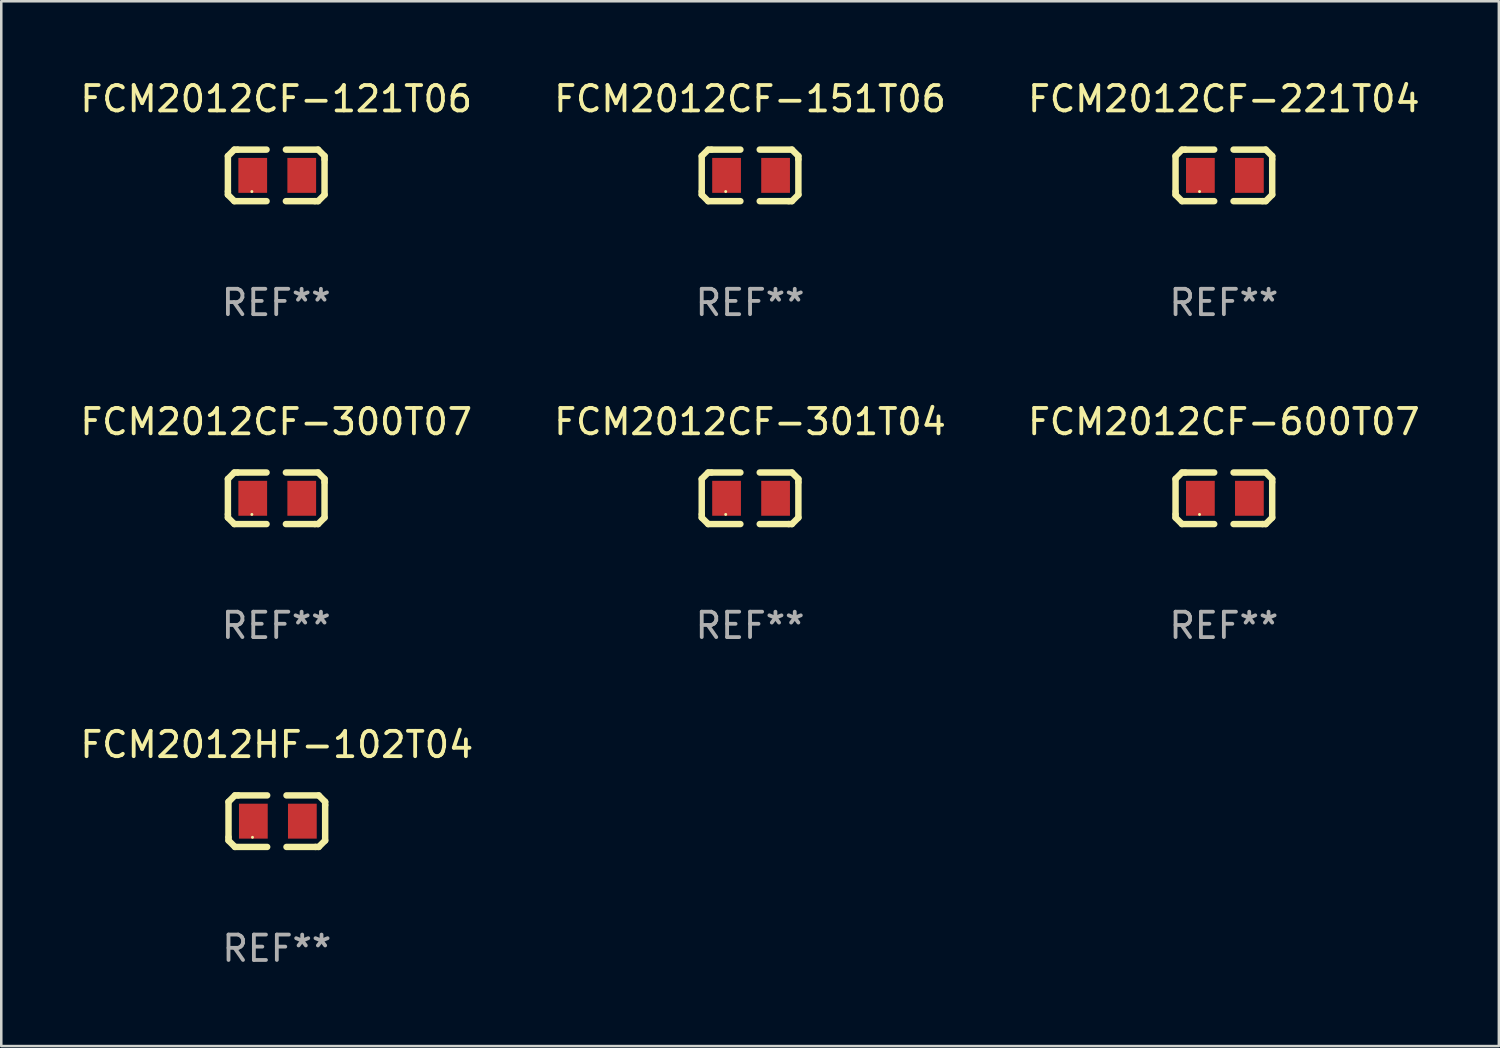
<source format=kicad_pcb>
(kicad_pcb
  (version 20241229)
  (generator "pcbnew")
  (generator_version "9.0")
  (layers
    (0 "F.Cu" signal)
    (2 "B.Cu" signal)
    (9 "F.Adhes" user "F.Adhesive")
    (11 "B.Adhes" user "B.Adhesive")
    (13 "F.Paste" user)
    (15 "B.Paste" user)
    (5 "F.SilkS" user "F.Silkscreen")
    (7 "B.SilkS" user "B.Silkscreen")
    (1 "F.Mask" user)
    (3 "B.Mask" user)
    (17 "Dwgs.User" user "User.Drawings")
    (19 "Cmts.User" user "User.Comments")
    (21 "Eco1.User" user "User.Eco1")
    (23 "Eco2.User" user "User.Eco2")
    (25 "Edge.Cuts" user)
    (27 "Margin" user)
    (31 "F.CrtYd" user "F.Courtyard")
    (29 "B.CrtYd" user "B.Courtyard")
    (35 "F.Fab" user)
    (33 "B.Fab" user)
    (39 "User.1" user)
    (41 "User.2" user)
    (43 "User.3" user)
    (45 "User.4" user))
  (footprint "FCM2012HF-102T04"
    (layer "F.Cu")
    (at 7.863 29.321)
    (property "Reference" "FCM2012HF-102T04" (at 0 -3.016 0) (layer "F.SilkS") (effects (font (size 1 1) (thickness 0.15))))
    (attr through_hole)
    (fp_line (start -1.905 -0.762) (end -1.905 0.635) (stroke (width 0.254) (type solid)) (layer "F.SilkS"))
    (fp_line (start -1.905 0.635) (end -1.905 0.762) (stroke (width 0.254) (type solid)) (layer "F.SilkS"))
    (fp_line (start -1.905 0.762) (end -1.651 1.016) (stroke (width 0.254) (type solid)) (layer "F.SilkS"))
    (fp_line (start -1.651 -1.016) (end -1.905 -0.762) (stroke (width 0.254) (type solid)) (layer "F.SilkS"))
    (fp_line (start -1.651 1.016) (end -0.381 1.016) (stroke (width 0.254) (type solid)) (layer "F.SilkS"))
    (fp_line (start -1.524 -1.016) (end -1.651 -1.016) (stroke (width 0.254) (type solid)) (layer "F.SilkS"))
    (fp_line (start -0.381 -1.016) (end -1.524 -1.016) (stroke (width 0.254) (type solid)) (layer "F.SilkS"))
    (fp_line (start 0.381 1.016) (end 1.524 1.016) (stroke (width 0.254) (type solid)) (layer "F.SilkS"))
    (fp_line (start 1.524 1.016) (end 1.651 1.016) (stroke (width 0.254) (type solid)) (layer "F.SilkS"))
    (fp_line (start 1.651 -1.016) (end 0.381 -1.016) (stroke (width 0.254) (type solid)) (layer "F.SilkS"))
    (fp_line (start 1.651 1.016) (end 1.905 0.762) (stroke (width 0.254) (type solid)) (layer "F.SilkS"))
    (fp_line (start 1.905 -0.762) (end 1.651 -1.016) (stroke (width 0.254) (type solid)) (layer "F.SilkS"))
    (fp_line (start 1.905 -0.635) (end 1.905 -0.762) (stroke (width 0.254) (type solid)) (layer "F.SilkS"))
    (fp_line (start 1.905 0.762) (end 1.905 -0.635) (stroke (width 0.254) (type solid)) (layer "F.SilkS"))
    (fp_circle (center -0.96 0.637) (end -0.93 0.637) (stroke (width 0.06) (type solid)) (fill no) (layer "F.SilkS"))
    (fp_text user "REF**" (at 0 5.016 0) (layer "F.Fab") (effects (font (size 1 1) (thickness 0.15))))
    (pad "1" smd rect (at -0.926 -0.000051) (size 1.133 1.377) (layers "F.Cu" "F.Mask" "F.Paste"))
    (pad "2" smd rect (at 1.006 -0.000051) (size 1.133 1.377) (layers "F.Cu" "F.Mask" "F.Paste")))
  (footprint "FCM2012CF-151T06"
    (layer "F.Cu")
    (at 26.518 3.864)
    (property "Reference" "FCM2012CF-151T06" (at 0 -3.016 0) (layer "F.SilkS") (effects (font (size 1 1) (thickness 0.15))))
    (attr through_hole)
    (fp_line (start -1.905 -0.762) (end -1.905 0.635) (stroke (width 0.254) (type solid)) (layer "F.SilkS"))
    (fp_line (start -1.905 0.635) (end -1.905 0.762) (stroke (width 0.254) (type solid)) (layer "F.SilkS"))
    (fp_line (start -1.905 0.762) (end -1.651 1.016) (stroke (width 0.254) (type solid)) (layer "F.SilkS"))
    (fp_line (start -1.651 -1.016) (end -1.905 -0.762) (stroke (width 0.254) (type solid)) (layer "F.SilkS"))
    (fp_line (start -1.651 1.016) (end -0.381 1.016) (stroke (width 0.254) (type solid)) (layer "F.SilkS"))
    (fp_line (start -1.524 -1.016) (end -1.651 -1.016) (stroke (width 0.254) (type solid)) (layer "F.SilkS"))
    (fp_line (start -0.381 -1.016) (end -1.524 -1.016) (stroke (width 0.254) (type solid)) (layer "F.SilkS"))
    (fp_line (start 0.381 1.016) (end 1.524 1.016) (stroke (width 0.254) (type solid)) (layer "F.SilkS"))
    (fp_line (start 1.524 1.016) (end 1.651 1.016) (stroke (width 0.254) (type solid)) (layer "F.SilkS"))
    (fp_line (start 1.651 -1.016) (end 0.381 -1.016) (stroke (width 0.254) (type solid)) (layer "F.SilkS"))
    (fp_line (start 1.651 1.016) (end 1.905 0.762) (stroke (width 0.254) (type solid)) (layer "F.SilkS"))
    (fp_line (start 1.905 -0.762) (end 1.651 -1.016) (stroke (width 0.254) (type solid)) (layer "F.SilkS"))
    (fp_line (start 1.905 -0.635) (end 1.905 -0.762) (stroke (width 0.254) (type solid)) (layer "F.SilkS"))
    (fp_line (start 1.905 0.762) (end 1.905 -0.635) (stroke (width 0.254) (type solid)) (layer "F.SilkS"))
    (fp_circle (center -0.96 0.637) (end -0.93 0.637) (stroke (width 0.06) (type solid)) (fill no) (layer "F.SilkS"))
    (fp_text user "REF**" (at 0 5.016 0) (layer "F.Fab") (effects (font (size 1 1) (thickness 0.15))))
    (pad "1" smd rect (at -0.926 -0.000051) (size 1.133 1.377) (layers "F.Cu" "F.Mask" "F.Paste"))
    (pad "2" smd rect (at 1.006 -0.000051) (size 1.133 1.377) (layers "F.Cu" "F.Mask" "F.Paste")))
  (footprint "FCM2012CF-600T07"
    (layer "F.Cu")
    (at 45.196 16.593)
    (property "Reference" "FCM2012CF-600T07" (at 0 -3.016 0) (layer "F.SilkS") (effects (font (size 1 1) (thickness 0.15))))
    (attr through_hole)
    (fp_line (start -1.905 -0.762) (end -1.905 0.635) (stroke (width 0.254) (type solid)) (layer "F.SilkS"))
    (fp_line (start -1.905 0.635) (end -1.905 0.762) (stroke (width 0.254) (type solid)) (layer "F.SilkS"))
    (fp_line (start -1.905 0.762) (end -1.651 1.016) (stroke (width 0.254) (type solid)) (layer "F.SilkS"))
    (fp_line (start -1.651 -1.016) (end -1.905 -0.762) (stroke (width 0.254) (type solid)) (layer "F.SilkS"))
    (fp_line (start -1.651 1.016) (end -0.381 1.016) (stroke (width 0.254) (type solid)) (layer "F.SilkS"))
    (fp_line (start -1.524 -1.016) (end -1.651 -1.016) (stroke (width 0.254) (type solid)) (layer "F.SilkS"))
    (fp_line (start -0.381 -1.016) (end -1.524 -1.016) (stroke (width 0.254) (type solid)) (layer "F.SilkS"))
    (fp_line (start 0.381 1.016) (end 1.524 1.016) (stroke (width 0.254) (type solid)) (layer "F.SilkS"))
    (fp_line (start 1.524 1.016) (end 1.651 1.016) (stroke (width 0.254) (type solid)) (layer "F.SilkS"))
    (fp_line (start 1.651 -1.016) (end 0.381 -1.016) (stroke (width 0.254) (type solid)) (layer "F.SilkS"))
    (fp_line (start 1.651 1.016) (end 1.905 0.762) (stroke (width 0.254) (type solid)) (layer "F.SilkS"))
    (fp_line (start 1.905 -0.762) (end 1.651 -1.016) (stroke (width 0.254) (type solid)) (layer "F.SilkS"))
    (fp_line (start 1.905 -0.635) (end 1.905 -0.762) (stroke (width 0.254) (type solid)) (layer "F.SilkS"))
    (fp_line (start 1.905 0.762) (end 1.905 -0.635) (stroke (width 0.254) (type solid)) (layer "F.SilkS"))
    (fp_circle (center -0.96 0.637) (end -0.93 0.637) (stroke (width 0.06) (type solid)) (fill no) (layer "F.SilkS"))
    (fp_text user "REF**" (at 0 5.016 0) (layer "F.Fab") (effects (font (size 1 1) (thickness 0.15))))
    (pad "1" smd rect (at -0.926 -0.000051) (size 1.133 1.377) (layers "F.Cu" "F.Mask" "F.Paste"))
    (pad "2" smd rect (at 1.006 -0.000051) (size 1.133 1.377) (layers "F.Cu" "F.Mask" "F.Paste")))
  (footprint "FCM2012CF-121T06"
    (layer "F.Cu")
    (at 7.839 3.864)
    (property "Reference" "FCM2012CF-121T06" (at 0 -3.016 0) (layer "F.SilkS") (effects (font (size 1 1) (thickness 0.15))))
    (attr through_hole)
    (fp_line (start -1.905 -0.762) (end -1.905 0.635) (stroke (width 0.254) (type solid)) (layer "F.SilkS"))
    (fp_line (start -1.905 0.635) (end -1.905 0.762) (stroke (width 0.254) (type solid)) (layer "F.SilkS"))
    (fp_line (start -1.905 0.762) (end -1.651 1.016) (stroke (width 0.254) (type solid)) (layer "F.SilkS"))
    (fp_line (start -1.651 -1.016) (end -1.905 -0.762) (stroke (width 0.254) (type solid)) (layer "F.SilkS"))
    (fp_line (start -1.651 1.016) (end -0.381 1.016) (stroke (width 0.254) (type solid)) (layer "F.SilkS"))
    (fp_line (start -1.524 -1.016) (end -1.651 -1.016) (stroke (width 0.254) (type solid)) (layer "F.SilkS"))
    (fp_line (start -0.381 -1.016) (end -1.524 -1.016) (stroke (width 0.254) (type solid)) (layer "F.SilkS"))
    (fp_line (start 0.381 1.016) (end 1.524 1.016) (stroke (width 0.254) (type solid)) (layer "F.SilkS"))
    (fp_line (start 1.524 1.016) (end 1.651 1.016) (stroke (width 0.254) (type solid)) (layer "F.SilkS"))
    (fp_line (start 1.651 -1.016) (end 0.381 -1.016) (stroke (width 0.254) (type solid)) (layer "F.SilkS"))
    (fp_line (start 1.651 1.016) (end 1.905 0.762) (stroke (width 0.254) (type solid)) (layer "F.SilkS"))
    (fp_line (start 1.905 -0.762) (end 1.651 -1.016) (stroke (width 0.254) (type solid)) (layer "F.SilkS"))
    (fp_line (start 1.905 -0.635) (end 1.905 -0.762) (stroke (width 0.254) (type solid)) (layer "F.SilkS"))
    (fp_line (start 1.905 0.762) (end 1.905 -0.635) (stroke (width 0.254) (type solid)) (layer "F.SilkS"))
    (fp_circle (center -0.96 0.637) (end -0.93 0.637) (stroke (width 0.06) (type solid)) (fill no) (layer "F.SilkS"))
    (fp_text user "REF**" (at 0 5.016 0) (layer "F.Fab") (effects (font (size 1 1) (thickness 0.15))))
    (pad "1" smd rect (at -0.926 -0.000051) (size 1.133 1.377) (layers "F.Cu" "F.Mask" "F.Paste"))
    (pad "2" smd rect (at 1.006 -0.000051) (size 1.133 1.377) (layers "F.Cu" "F.Mask" "F.Paste")))
  (footprint "FCM2012CF-300T07"
    (layer "F.Cu")
    (at 7.839 16.593)
    (property "Reference" "FCM2012CF-300T07" (at 0 -3.016 0) (layer "F.SilkS") (effects (font (size 1 1) (thickness 0.15))))
    (attr through_hole)
    (fp_line (start -1.905 -0.762) (end -1.905 0.635) (stroke (width 0.254) (type solid)) (layer "F.SilkS"))
    (fp_line (start -1.905 0.635) (end -1.905 0.762) (stroke (width 0.254) (type solid)) (layer "F.SilkS"))
    (fp_line (start -1.905 0.762) (end -1.651 1.016) (stroke (width 0.254) (type solid)) (layer "F.SilkS"))
    (fp_line (start -1.651 -1.016) (end -1.905 -0.762) (stroke (width 0.254) (type solid)) (layer "F.SilkS"))
    (fp_line (start -1.651 1.016) (end -0.381 1.016) (stroke (width 0.254) (type solid)) (layer "F.SilkS"))
    (fp_line (start -1.524 -1.016) (end -1.651 -1.016) (stroke (width 0.254) (type solid)) (layer "F.SilkS"))
    (fp_line (start -0.381 -1.016) (end -1.524 -1.016) (stroke (width 0.254) (type solid)) (layer "F.SilkS"))
    (fp_line (start 0.381 1.016) (end 1.524 1.016) (stroke (width 0.254) (type solid)) (layer "F.SilkS"))
    (fp_line (start 1.524 1.016) (end 1.651 1.016) (stroke (width 0.254) (type solid)) (layer "F.SilkS"))
    (fp_line (start 1.651 -1.016) (end 0.381 -1.016) (stroke (width 0.254) (type solid)) (layer "F.SilkS"))
    (fp_line (start 1.651 1.016) (end 1.905 0.762) (stroke (width 0.254) (type solid)) (layer "F.SilkS"))
    (fp_line (start 1.905 -0.762) (end 1.651 -1.016) (stroke (width 0.254) (type solid)) (layer "F.SilkS"))
    (fp_line (start 1.905 -0.635) (end 1.905 -0.762) (stroke (width 0.254) (type solid)) (layer "F.SilkS"))
    (fp_line (start 1.905 0.762) (end 1.905 -0.635) (stroke (width 0.254) (type solid)) (layer "F.SilkS"))
    (fp_circle (center -0.96 0.637) (end -0.93 0.637) (stroke (width 0.06) (type solid)) (fill no) (layer "F.SilkS"))
    (fp_text user "REF**" (at 0 5.016 0) (layer "F.Fab") (effects (font (size 1 1) (thickness 0.15))))
    (pad "1" smd rect (at -0.926 -0.000051) (size 1.133 1.377) (layers "F.Cu" "F.Mask" "F.Paste"))
    (pad "2" smd rect (at 1.006 -0.000051) (size 1.133 1.377) (layers "F.Cu" "F.Mask" "F.Paste")))
  (footprint "FCM2012CF-221T04"
    (layer "F.Cu")
    (at 45.196 3.864)
    (property "Reference" "FCM2012CF-221T04" (at 0 -3.016 0) (layer "F.SilkS") (effects (font (size 1 1) (thickness 0.15))))
    (attr through_hole)
    (fp_line (start -1.905 -0.762) (end -1.905 0.635) (stroke (width 0.254) (type solid)) (layer "F.SilkS"))
    (fp_line (start -1.905 0.635) (end -1.905 0.762) (stroke (width 0.254) (type solid)) (layer "F.SilkS"))
    (fp_line (start -1.905 0.762) (end -1.651 1.016) (stroke (width 0.254) (type solid)) (layer "F.SilkS"))
    (fp_line (start -1.651 -1.016) (end -1.905 -0.762) (stroke (width 0.254) (type solid)) (layer "F.SilkS"))
    (fp_line (start -1.651 1.016) (end -0.381 1.016) (stroke (width 0.254) (type solid)) (layer "F.SilkS"))
    (fp_line (start -1.524 -1.016) (end -1.651 -1.016) (stroke (width 0.254) (type solid)) (layer "F.SilkS"))
    (fp_line (start -0.381 -1.016) (end -1.524 -1.016) (stroke (width 0.254) (type solid)) (layer "F.SilkS"))
    (fp_line (start 0.381 1.016) (end 1.524 1.016) (stroke (width 0.254) (type solid)) (layer "F.SilkS"))
    (fp_line (start 1.524 1.016) (end 1.651 1.016) (stroke (width 0.254) (type solid)) (layer "F.SilkS"))
    (fp_line (start 1.651 -1.016) (end 0.381 -1.016) (stroke (width 0.254) (type solid)) (layer "F.SilkS"))
    (fp_line (start 1.651 1.016) (end 1.905 0.762) (stroke (width 0.254) (type solid)) (layer "F.SilkS"))
    (fp_line (start 1.905 -0.762) (end 1.651 -1.016) (stroke (width 0.254) (type solid)) (layer "F.SilkS"))
    (fp_line (start 1.905 -0.635) (end 1.905 -0.762) (stroke (width 0.254) (type solid)) (layer "F.SilkS"))
    (fp_line (start 1.905 0.762) (end 1.905 -0.635) (stroke (width 0.254) (type solid)) (layer "F.SilkS"))
    (fp_circle (center -0.96 0.637) (end -0.93 0.637) (stroke (width 0.06) (type solid)) (fill no) (layer "F.SilkS"))
    (fp_text user "REF**" (at 0 5.016 0) (layer "F.Fab") (effects (font (size 1 1) (thickness 0.15))))
    (pad "1" smd rect (at -0.926 -0.000051) (size 1.133 1.377) (layers "F.Cu" "F.Mask" "F.Paste"))
    (pad "2" smd rect (at 1.006 -0.000051) (size 1.133 1.377) (layers "F.Cu" "F.Mask" "F.Paste")))
  (footprint "FCM2012CF-301T04"
    (layer "F.Cu")
    (at 26.518 16.593)
    (property "Reference" "FCM2012CF-301T04" (at 0 -3.016 0) (layer "F.SilkS") (effects (font (size 1 1) (thickness 0.15))))
    (attr through_hole)
    (fp_line (start -1.905 -0.762) (end -1.905 0.635) (stroke (width 0.254) (type solid)) (layer "F.SilkS"))
    (fp_line (start -1.905 0.635) (end -1.905 0.762) (stroke (width 0.254) (type solid)) (layer "F.SilkS"))
    (fp_line (start -1.905 0.762) (end -1.651 1.016) (stroke (width 0.254) (type solid)) (layer "F.SilkS"))
    (fp_line (start -1.651 -1.016) (end -1.905 -0.762) (stroke (width 0.254) (type solid)) (layer "F.SilkS"))
    (fp_line (start -1.651 1.016) (end -0.381 1.016) (stroke (width 0.254) (type solid)) (layer "F.SilkS"))
    (fp_line (start -1.524 -1.016) (end -1.651 -1.016) (stroke (width 0.254) (type solid)) (layer "F.SilkS"))
    (fp_line (start -0.381 -1.016) (end -1.524 -1.016) (stroke (width 0.254) (type solid)) (layer "F.SilkS"))
    (fp_line (start 0.381 1.016) (end 1.524 1.016) (stroke (width 0.254) (type solid)) (layer "F.SilkS"))
    (fp_line (start 1.524 1.016) (end 1.651 1.016) (stroke (width 0.254) (type solid)) (layer "F.SilkS"))
    (fp_line (start 1.651 -1.016) (end 0.381 -1.016) (stroke (width 0.254) (type solid)) (layer "F.SilkS"))
    (fp_line (start 1.651 1.016) (end 1.905 0.762) (stroke (width 0.254) (type solid)) (layer "F.SilkS"))
    (fp_line (start 1.905 -0.762) (end 1.651 -1.016) (stroke (width 0.254) (type solid)) (layer "F.SilkS"))
    (fp_line (start 1.905 -0.635) (end 1.905 -0.762) (stroke (width 0.254) (type solid)) (layer "F.SilkS"))
    (fp_line (start 1.905 0.762) (end 1.905 -0.635) (stroke (width 0.254) (type solid)) (layer "F.SilkS"))
    (fp_circle (center -0.96 0.637) (end -0.93 0.637) (stroke (width 0.06) (type solid)) (fill no) (layer "F.SilkS"))
    (fp_text user "REF**" (at 0 5.016 0) (layer "F.Fab") (effects (font (size 1 1) (thickness 0.15))))
    (pad "1" smd rect (at -0.926 -0.000051) (size 1.133 1.377) (layers "F.Cu" "F.Mask" "F.Paste"))
    (pad "2" smd rect (at 1.006 -0.000051) (size 1.133 1.377) (layers "F.Cu" "F.Mask" "F.Paste")))
  (gr_rect
    (start -3 -3)
    (end 56.036 38.186)
    (stroke (width 0.1) (type default))
    (fill no)
    (layer "Edge.Cuts")))
</source>
